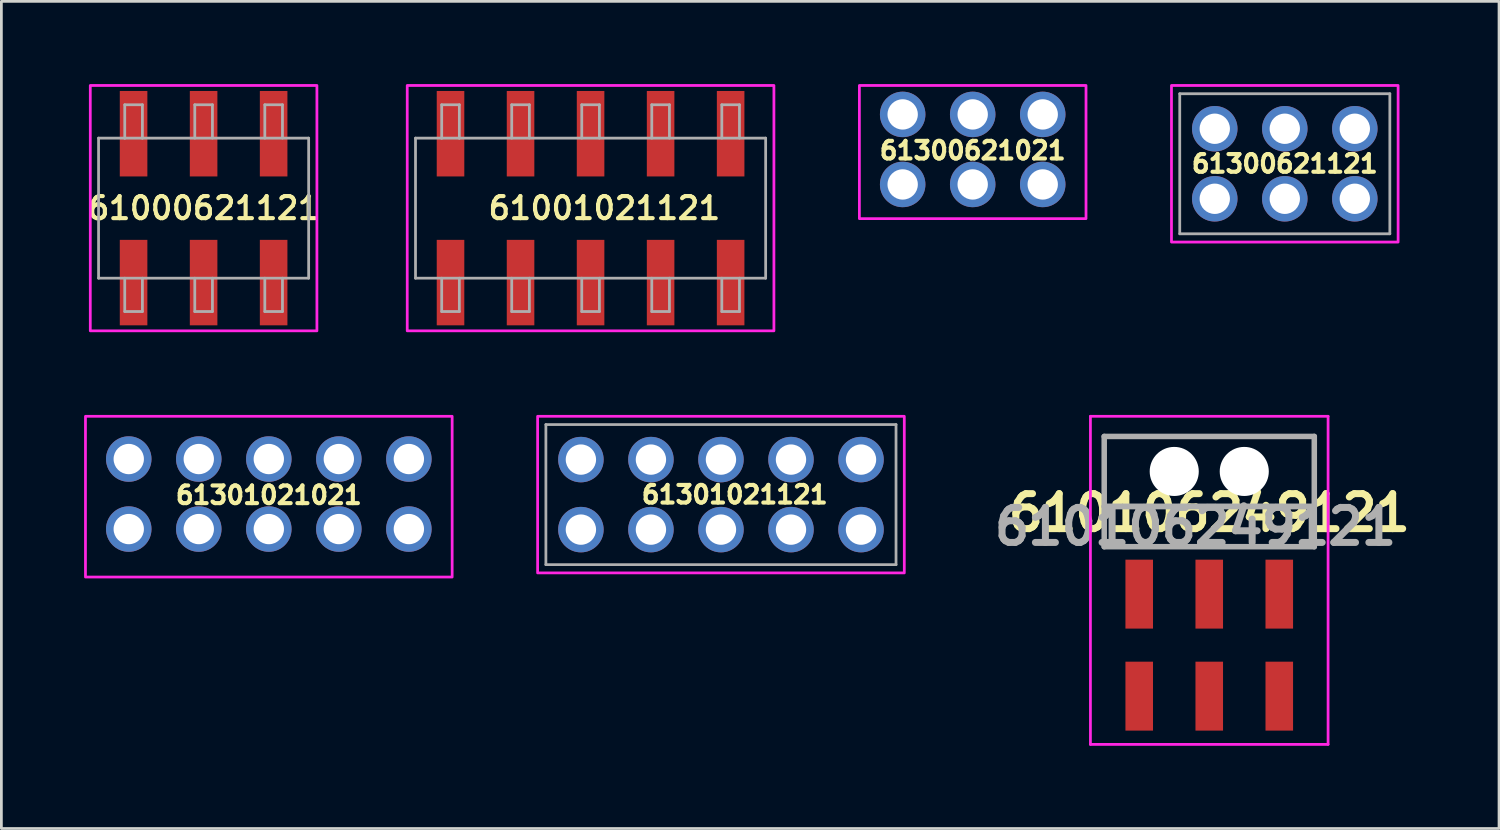
<source format=kicad_pcb>
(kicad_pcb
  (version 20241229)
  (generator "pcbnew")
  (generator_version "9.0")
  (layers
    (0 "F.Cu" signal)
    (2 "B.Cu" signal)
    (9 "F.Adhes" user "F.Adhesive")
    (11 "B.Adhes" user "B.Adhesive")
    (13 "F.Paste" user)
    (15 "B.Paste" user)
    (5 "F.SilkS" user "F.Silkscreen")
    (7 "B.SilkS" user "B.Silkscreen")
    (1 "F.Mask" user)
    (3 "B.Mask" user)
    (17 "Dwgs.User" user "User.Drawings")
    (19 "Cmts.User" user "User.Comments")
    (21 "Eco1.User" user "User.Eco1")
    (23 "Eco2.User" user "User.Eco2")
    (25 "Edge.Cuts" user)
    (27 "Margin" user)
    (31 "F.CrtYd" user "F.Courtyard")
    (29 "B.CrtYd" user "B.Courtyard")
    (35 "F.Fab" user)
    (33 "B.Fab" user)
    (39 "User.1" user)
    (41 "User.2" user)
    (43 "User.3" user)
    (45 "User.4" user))
  (footprint "61000621121"
    (layer "F.Cu")
    (at 4.335 4.5)
    (property "Reference" "61000621121" (at 0 0 0) (layer "F.SilkS") (effects (font (size 0.8 0.8) (thickness 0.15))))
    (attr smd)
    (fp_poly (pts (xy -4.11 -4.45) (xy 4.11 -4.45) (xy 4.11 4.45) (xy -4.11 4.45)) (stroke (width 0.1) (type solid)) (fill no) (layer "F.CrtYd"))
    (fp_line (start -3.81 -2.54) (end -3.81 2.54) (stroke (width 0.1) (type solid)) (layer "F.Fab"))
    (fp_line (start -3.81 2.54) (end 3.81 2.54) (stroke (width 0.1) (type solid)) (layer "F.Fab"))
    (fp_line (start -2.86 -3.75) (end -2.22 -3.75) (stroke (width 0.1) (type solid)) (layer "F.Fab"))
    (fp_line (start -2.86 -2.54) (end -3.81 -2.54) (stroke (width 0.1) (type solid)) (layer "F.Fab"))
    (fp_line (start -2.86 -2.54) (end -2.86 -3.75) (stroke (width 0.1) (type solid)) (layer "F.Fab"))
    (fp_line (start -2.86 3.75) (end -2.86 2.54) (stroke (width 0.1) (type solid)) (layer "F.Fab"))
    (fp_line (start -2.22 -3.75) (end -2.22 -2.54) (stroke (width 0.1) (type solid)) (layer "F.Fab"))
    (fp_line (start -2.22 -2.54) (end -2.86 -2.54) (stroke (width 0.1) (type solid)) (layer "F.Fab"))
    (fp_line (start -2.22 2.54) (end -2.22 3.75) (stroke (width 0.1) (type solid)) (layer "F.Fab"))
    (fp_line (start -2.22 3.75) (end -2.86 3.75) (stroke (width 0.1) (type solid)) (layer "F.Fab"))
    (fp_line (start -0.32 -3.75) (end 0.32 -3.75) (stroke (width 0.1) (type solid)) (layer "F.Fab"))
    (fp_line (start -0.32 -2.54) (end -0.32 -3.75) (stroke (width 0.1) (type solid)) (layer "F.Fab"))
    (fp_line (start -0.32 3.75) (end -0.32 2.54) (stroke (width 0.1) (type solid)) (layer "F.Fab"))
    (fp_line (start 0.32 -3.75) (end 0.32 -2.54) (stroke (width 0.1) (type solid)) (layer "F.Fab"))
    (fp_line (start 0.32 2.54) (end 0.32 3.75) (stroke (width 0.1) (type solid)) (layer "F.Fab"))
    (fp_line (start 0.32 3.75) (end -0.32 3.75) (stroke (width 0.1) (type solid)) (layer "F.Fab"))
    (fp_line (start 2.22 -3.75) (end 2.86 -3.75) (stroke (width 0.1) (type solid)) (layer "F.Fab"))
    (fp_line (start 2.22 -2.54) (end 2.22 -3.75) (stroke (width 0.1) (type solid)) (layer "F.Fab"))
    (fp_line (start 2.22 3.75) (end 2.22 2.54) (stroke (width 0.1) (type solid)) (layer "F.Fab"))
    (fp_line (start 2.86 -3.75) (end 2.86 -2.54) (stroke (width 0.1) (type solid)) (layer "F.Fab"))
    (fp_line (start 2.86 2.54) (end 2.86 3.75) (stroke (width 0.1) (type solid)) (layer "F.Fab"))
    (fp_line (start 2.86 3.75) (end 2.22 3.75) (stroke (width 0.1) (type solid)) (layer "F.Fab"))
    (fp_line (start 3.81 -2.54) (end -2.22 -2.54) (stroke (width 0.1) (type solid)) (layer "F.Fab"))
    (fp_line (start 3.81 2.54) (end 3.81 -2.54) (stroke (width 0.1) (type solid)) (layer "F.Fab"))
    (pad "1" smd rect (at -2.54 2.7) (size 1 3.1) (layers "F.Cu" "F.Mask" "F.Paste"))
    (pad "2" smd rect (at -2.54 -2.7) (size 1 3.1) (layers "F.Cu" "F.Mask" "F.Paste"))
    (pad "3" smd rect (at 0 2.7) (size 1 3.1) (layers "F.Cu" "F.Mask" "F.Paste"))
    (pad "4" smd rect (at 0 -2.7) (size 1 3.1) (layers "F.Cu" "F.Mask" "F.Paste"))
    (pad "5" smd rect (at 2.54 2.7) (size 1 3.1) (layers "F.Cu" "F.Mask" "F.Paste"))
    (pad "6" smd rect (at 2.54 -2.7) (size 1 3.1) (layers "F.Cu" "F.Mask" "F.Paste")))
  (footprint "61300621021"
    (layer "F.Cu")
    (at 32.231 6.41)
    (property "Reference" "61300621021" (at 0 -4 0) (layer "F.SilkS") (effects (font (size 0.64 0.64) (thickness 0.15))))
    (attr through_hole)
    (fp_poly (pts (xy 4.11 -1.53) (xy -4.11 -1.53) (xy -4.11 -6.36) (xy 4.11 -6.36)) (stroke (width 0.1) (type solid)) (fill no) (layer "F.CrtYd"))
    (pad "1" thru_hole circle (at 2.54 -2.77) (size 1.65 1.65) (drill 1.1) (layers "*.Cu" "*.Mask"))
    (pad "2" thru_hole circle (at 2.54 -5.31) (size 1.65 1.65) (drill 1.1) (layers "*.Cu" "*.Mask"))
    (pad "3" thru_hole circle (at 0 -2.77) (size 1.65 1.65) (drill 1.1) (layers "*.Cu" "*.Mask"))
    (pad "4" thru_hole circle (at 0 -5.31) (size 1.65 1.65) (drill 1.1) (layers "*.Cu" "*.Mask"))
    (pad "5" thru_hole circle (at -2.54 -2.77) (size 1.65 1.65) (drill 1.1) (layers "*.Cu" "*.Mask"))
    (pad "6" thru_hole circle (at -2.54 -5.31) (size 1.65 1.65) (drill 1.1) (layers "*.Cu" "*.Mask")))
  (footprint "61001021121"
    (layer "F.Cu")
    (at 18.371 4.5)
    (property "Reference" "61001021121" (at 0.5 0 0) (layer "F.SilkS") (effects (font (size 0.8 0.8) (thickness 0.15))))
    (attr smd)
    (fp_poly (pts (xy -6.65 -4.45) (xy 6.65 -4.45) (xy 6.65 4.45) (xy -6.65 4.45)) (stroke (width 0.1) (type solid)) (fill no) (layer "F.CrtYd"))
    (fp_line (start -6.35 -2.54) (end -6.35 2.54) (stroke (width 0.1) (type solid)) (layer "F.Fab"))
    (fp_line (start -6.35 2.54) (end 6.35 2.54) (stroke (width 0.1) (type solid)) (layer "F.Fab"))
    (fp_line (start -5.4 -3.75) (end -4.76 -3.75) (stroke (width 0.1) (type solid)) (layer "F.Fab"))
    (fp_line (start -5.4 -2.54) (end -6.35 -2.54) (stroke (width 0.1) (type solid)) (layer "F.Fab"))
    (fp_line (start -5.4 -2.54) (end -5.4 -3.75) (stroke (width 0.1) (type solid)) (layer "F.Fab"))
    (fp_line (start -5.4 3.75) (end -5.4 2.54) (stroke (width 0.1) (type solid)) (layer "F.Fab"))
    (fp_line (start -4.76 -3.75) (end -4.76 -2.54) (stroke (width 0.1) (type solid)) (layer "F.Fab"))
    (fp_line (start -4.76 -2.54) (end -5.4 -2.54) (stroke (width 0.1) (type solid)) (layer "F.Fab"))
    (fp_line (start -4.76 2.54) (end -4.76 3.75) (stroke (width 0.1) (type solid)) (layer "F.Fab"))
    (fp_line (start -4.76 3.75) (end -5.4 3.75) (stroke (width 0.1) (type solid)) (layer "F.Fab"))
    (fp_line (start -2.86 -3.75) (end -2.22 -3.75) (stroke (width 0.1) (type solid)) (layer "F.Fab"))
    (fp_line (start -2.86 -2.54) (end -2.86 -3.75) (stroke (width 0.1) (type solid)) (layer "F.Fab"))
    (fp_line (start -2.86 3.75) (end -2.86 2.54) (stroke (width 0.1) (type solid)) (layer "F.Fab"))
    (fp_line (start -2.22 -3.75) (end -2.22 -2.54) (stroke (width 0.1) (type solid)) (layer "F.Fab"))
    (fp_line (start -2.22 2.54) (end -2.22 3.75) (stroke (width 0.1) (type solid)) (layer "F.Fab"))
    (fp_line (start -2.22 3.75) (end -2.86 3.75) (stroke (width 0.1) (type solid)) (layer "F.Fab"))
    (fp_line (start -0.32 -3.75) (end 0.32 -3.75) (stroke (width 0.1) (type solid)) (layer "F.Fab"))
    (fp_line (start -0.32 -2.54) (end -0.32 -3.75) (stroke (width 0.1) (type solid)) (layer "F.Fab"))
    (fp_line (start -0.32 3.75) (end -0.32 2.54) (stroke (width 0.1) (type solid)) (layer "F.Fab"))
    (fp_line (start 0.32 -3.75) (end 0.32 -2.54) (stroke (width 0.1) (type solid)) (layer "F.Fab"))
    (fp_line (start 0.32 2.54) (end 0.32 3.75) (stroke (width 0.1) (type solid)) (layer "F.Fab"))
    (fp_line (start 0.32 3.75) (end -0.32 3.75) (stroke (width 0.1) (type solid)) (layer "F.Fab"))
    (fp_line (start 2.22 -3.75) (end 2.86 -3.75) (stroke (width 0.1) (type solid)) (layer "F.Fab"))
    (fp_line (start 2.22 -2.54) (end 2.22 -3.75) (stroke (width 0.1) (type solid)) (layer "F.Fab"))
    (fp_line (start 2.22 3.75) (end 2.22 2.54) (stroke (width 0.1) (type solid)) (layer "F.Fab"))
    (fp_line (start 2.86 -3.75) (end 2.86 -2.54) (stroke (width 0.1) (type solid)) (layer "F.Fab"))
    (fp_line (start 2.86 2.54) (end 2.86 3.75) (stroke (width 0.1) (type solid)) (layer "F.Fab"))
    (fp_line (start 2.86 3.75) (end 2.22 3.75) (stroke (width 0.1) (type solid)) (layer "F.Fab"))
    (fp_line (start 4.76 -3.75) (end 5.4 -3.75) (stroke (width 0.1) (type solid)) (layer "F.Fab"))
    (fp_line (start 4.76 -2.54) (end 4.76 -3.75) (stroke (width 0.1) (type solid)) (layer "F.Fab"))
    (fp_line (start 4.76 3.75) (end 4.76 2.54) (stroke (width 0.1) (type solid)) (layer "F.Fab"))
    (fp_line (start 5.4 -3.75) (end 5.4 -2.54) (stroke (width 0.1) (type solid)) (layer "F.Fab"))
    (fp_line (start 5.4 2.54) (end 5.4 3.75) (stroke (width 0.1) (type solid)) (layer "F.Fab"))
    (fp_line (start 5.4 3.75) (end 4.76 3.75) (stroke (width 0.1) (type solid)) (layer "F.Fab"))
    (fp_line (start 6.35 -2.54) (end -4.76 -2.54) (stroke (width 0.1) (type solid)) (layer "F.Fab"))
    (fp_line (start 6.35 2.54) (end 6.35 -2.54) (stroke (width 0.1) (type solid)) (layer "F.Fab"))
    (pad "1" smd rect (at -5.08 2.7) (size 1 3.1) (layers "F.Cu" "F.Mask" "F.Paste"))
    (pad "2" smd rect (at -5.08 -2.7) (size 1 3.1) (layers "F.Cu" "F.Mask" "F.Paste"))
    (pad "3" smd rect (at -2.54 2.7) (size 1 3.1) (layers "F.Cu" "F.Mask" "F.Paste"))
    (pad "4" smd rect (at -2.54 -2.7) (size 1 3.1) (layers "F.Cu" "F.Mask" "F.Paste"))
    (pad "5" smd rect (at 0 2.7) (size 1 3.1) (layers "F.Cu" "F.Mask" "F.Paste"))
    (pad "6" smd rect (at 0 -2.7) (size 1 3.1) (layers "F.Cu" "F.Mask" "F.Paste"))
    (pad "7" smd rect (at 2.54 2.7) (size 1 3.1) (layers "F.Cu" "F.Mask" "F.Paste"))
    (pad "8" smd rect (at 2.54 -2.7) (size 1 3.1) (layers "F.Cu" "F.Mask" "F.Paste"))
    (pad "9" smd rect (at 5.08 2.7) (size 1 3.1) (layers "F.Cu" "F.Mask" "F.Paste"))
    (pad "10" smd rect (at 5.08 -2.7) (size 1 3.1) (layers "F.Cu" "F.Mask" "F.Paste")))
  (footprint "61300621121"
    (layer "F.Cu")
    (at 43.551 2.89)
    (property "Reference" "61300621121" (at 0 0 0) (layer "F.SilkS") (effects (font (size 0.64 0.64) (thickness 0.15))))
    (attr through_hole)
    (fp_poly (pts (xy -4.11 -2.84) (xy 4.11 -2.84) (xy 4.11 2.84) (xy -4.11 2.84)) (stroke (width 0.1) (type solid)) (fill no) (layer "F.CrtYd"))
    (fp_line (start -3.81 -2.54) (end 3.81 -2.54) (stroke (width 0.1) (type solid)) (layer "F.Fab"))
    (fp_line (start -3.81 2.54) (end -3.81 -2.54) (stroke (width 0.1) (type solid)) (layer "F.Fab"))
    (fp_line (start 3.81 -2.54) (end 3.81 2.54) (stroke (width 0.1) (type solid)) (layer "F.Fab"))
    (fp_line (start 3.81 2.54) (end -3.81 2.54) (stroke (width 0.1) (type solid)) (layer "F.Fab"))
    (pad "1" thru_hole circle (at -2.54 1.27) (size 1.65 1.65) (drill 1.1) (layers "*.Cu" "*.Mask"))
    (pad "2" thru_hole circle (at -2.54 -1.27) (size 1.65 1.65) (drill 1.1) (layers "*.Cu" "*.Mask"))
    (pad "3" thru_hole circle (at 0 1.27) (size 1.65 1.65) (drill 1.1) (layers "*.Cu" "*.Mask"))
    (pad "4" thru_hole circle (at 0 -1.27) (size 1.65 1.65) (drill 1.1) (layers "*.Cu" "*.Mask"))
    (pad "5" thru_hole circle (at 2.54 1.27) (size 1.65 1.65) (drill 1.1) (layers "*.Cu" "*.Mask"))
    (pad "6" thru_hole circle (at 2.54 -1.27) (size 1.65 1.65) (drill 1.1) (layers "*.Cu" "*.Mask")))
  (footprint "61301021021"
    (layer "F.Cu")
    (at 6.7 14.91)
    (property "Reference" "61301021021" (at 0 0 0) (layer "F.SilkS") (effects (font (size 0.64 0.64) (thickness 0.15))))
    (attr through_hole)
    (fp_poly (pts (xy 6.65 2.97) (xy -6.65 2.97) (xy -6.65 -2.86) (xy 6.65 -2.86)) (stroke (width 0.1) (type solid)) (fill no) (layer "F.CrtYd"))
    (pad "1" thru_hole circle (at 5.08 1.23) (size 1.65 1.65) (drill 1.1) (layers "*.Cu" "*.Mask"))
    (pad "2" thru_hole circle (at 5.08 -1.31) (size 1.65 1.65) (drill 1.1) (layers "*.Cu" "*.Mask"))
    (pad "3" thru_hole circle (at 2.54 1.23) (size 1.65 1.65) (drill 1.1) (layers "*.Cu" "*.Mask"))
    (pad "4" thru_hole circle (at 2.54 -1.31) (size 1.65 1.65) (drill 1.1) (layers "*.Cu" "*.Mask"))
    (pad "5" thru_hole circle (at 0 1.23) (size 1.65 1.65) (drill 1.1) (layers "*.Cu" "*.Mask"))
    (pad "6" thru_hole circle (at 0 -1.31) (size 1.65 1.65) (drill 1.1) (layers "*.Cu" "*.Mask"))
    (pad "7" thru_hole circle (at -2.54 1.23) (size 1.65 1.65) (drill 1.1) (layers "*.Cu" "*.Mask"))
    (pad "8" thru_hole circle (at -2.54 -1.31) (size 1.65 1.65) (drill 1.1) (layers "*.Cu" "*.Mask"))
    (pad "9" thru_hole circle (at -5.08 1.23) (size 1.65 1.65) (drill 1.1) (layers "*.Cu" "*.Mask"))
    (pad "10" thru_hole circle (at -5.08 -1.31) (size 1.65 1.65) (drill 1.1) (layers "*.Cu" "*.Mask")))
  (footprint "610106249121"
    (layer "F.Cu")
    (at 40.811 14.05)
    (property "Reference" "610106249121" (at 0 1.5 0) (layer "F.SilkS") (effects (font (size 1.27 1.27) (thickness 0.254))))
    (attr through_hole)
    (fp_line (start -4.31 -2) (end 4.31 -2) (stroke (width 0.1) (type solid)) (layer "F.CrtYd"))
    (fp_line (start -4.31 9.9) (end -4.31 -2) (stroke (width 0.1) (type solid)) (layer "F.CrtYd"))
    (fp_line (start 4.31 -2) (end 4.31 9.9) (stroke (width 0.1) (type solid)) (layer "F.CrtYd"))
    (fp_line (start 4.31 9.9) (end -4.31 9.9) (stroke (width 0.1) (type solid)) (layer "F.CrtYd"))
    (fp_line (start -3.81 1.27) (end 3.81 1.27) (stroke (width 0.2) (type solid)) (layer "F.Fab"))
    (fp_line (start -3.81 1.27) (end 3.81 1.27) (stroke (width 0.2) (type solid)) (layer "F.Fab"))
    (fp_line (start -3.81 2.73) (end -3.81 -1.27) (stroke (width 0.2) (type solid)) (layer "F.Fab"))
    (fp_line (start 3.81 -1.27) (end -3.81 -1.27) (stroke (width 0.2) (type solid)) (layer "F.Fab"))
    (fp_line (start 3.81 1.27) (end 3.81 -1.27) (stroke (width 0.2) (type solid)) (layer "F.Fab"))
    (fp_line (start 3.81 1.27) (end 3.81 2.73) (stroke (width 0.2) (type solid)) (layer "F.Fab"))
    (fp_line (start 3.81 2.73) (end -3.81 2.73) (stroke (width 0.2) (type solid)) (layer "F.Fab"))
    (fp_text user "${REFERENCE}" (at -0.5 2 0) (layer "F.Fab") (effects (font (size 1.27 1.27) (thickness 0.254))))
    (pad "" np_thru_hole circle (at -1.27 0) (size 1.78 1.78) (drill 1.78) (layers "*.Cu" "*.Mask"))
    (pad "" np_thru_hole circle (at 1.27 0) (size 1.78 1.78) (drill 1.78) (layers "*.Cu" "*.Mask"))
    (pad "1" smd rect (at -2.54 4.45) (size 1 2.5) (layers "F.Cu" "F.Mask" "F.Paste"))
    (pad "2" smd rect (at 0 4.45) (size 1 2.5) (layers "F.Cu" "F.Mask" "F.Paste"))
    (pad "3" smd rect (at 2.54 4.45) (size 1 2.5) (layers "F.Cu" "F.Mask" "F.Paste"))
    (pad "4" smd rect (at -2.54 8.15) (size 1 2.5) (layers "F.Cu" "F.Mask" "F.Paste"))
    (pad "5" smd rect (at 0 8.15) (size 1 2.5) (layers "F.Cu" "F.Mask" "F.Paste"))
    (pad "6" smd rect (at 2.54 8.15) (size 1 2.5) (layers "F.Cu" "F.Mask" "F.Paste")))
  (footprint "61301021121"
    (layer "F.Cu")
    (at 23.1 14.89)
    (property "Reference" "61301021121" (at 0.5 0 0) (layer "F.SilkS") (effects (font (size 0.64 0.64) (thickness 0.15))))
    (attr through_hole)
    (fp_poly (pts (xy -6.65 -2.84) (xy 6.65 -2.84) (xy 6.65 2.84) (xy -6.65 2.84)) (stroke (width 0.1) (type solid)) (fill no) (layer "F.CrtYd"))
    (fp_line (start -6.35 -2.54) (end 6.35 -2.54) (stroke (width 0.1) (type solid)) (layer "F.Fab"))
    (fp_line (start -6.35 2.54) (end -6.35 -2.54) (stroke (width 0.1) (type solid)) (layer "F.Fab"))
    (fp_line (start 6.35 -2.54) (end 6.35 2.54) (stroke (width 0.1) (type solid)) (layer "F.Fab"))
    (fp_line (start 6.35 2.54) (end -6.35 2.54) (stroke (width 0.1) (type solid)) (layer "F.Fab"))
    (pad "1" thru_hole circle (at -5.08 1.27) (size 1.65 1.65) (drill 1.1) (layers "*.Cu" "*.Mask"))
    (pad "2" thru_hole circle (at -5.08 -1.27) (size 1.65 1.65) (drill 1.1) (layers "*.Cu" "*.Mask"))
    (pad "3" thru_hole circle (at -2.54 1.27) (size 1.65 1.65) (drill 1.1) (layers "*.Cu" "*.Mask"))
    (pad "4" thru_hole circle (at -2.54 -1.27) (size 1.65 1.65) (drill 1.1) (layers "*.Cu" "*.Mask"))
    (pad "5" thru_hole circle (at 0 1.27) (size 1.65 1.65) (drill 1.1) (layers "*.Cu" "*.Mask"))
    (pad "6" thru_hole circle (at 0 -1.27) (size 1.65 1.65) (drill 1.1) (layers "*.Cu" "*.Mask"))
    (pad "7" thru_hole circle (at 2.54 1.27) (size 1.65 1.65) (drill 1.1) (layers "*.Cu" "*.Mask"))
    (pad "8" thru_hole circle (at 2.54 -1.27) (size 1.65 1.65) (drill 1.1) (layers "*.Cu" "*.Mask"))
    (pad "9" thru_hole circle (at 5.08 1.27) (size 1.65 1.65) (drill 1.1) (layers "*.Cu" "*.Mask"))
    (pad "10" thru_hole circle (at 5.08 -1.27) (size 1.65 1.65) (drill 1.1) (layers "*.Cu" "*.Mask")))
  (gr_rect
    (start -3 -3)
    (end 51.322 27)
    (stroke (width 0.1) (type default))
    (fill no)
    (layer "Edge.Cuts")))
</source>
